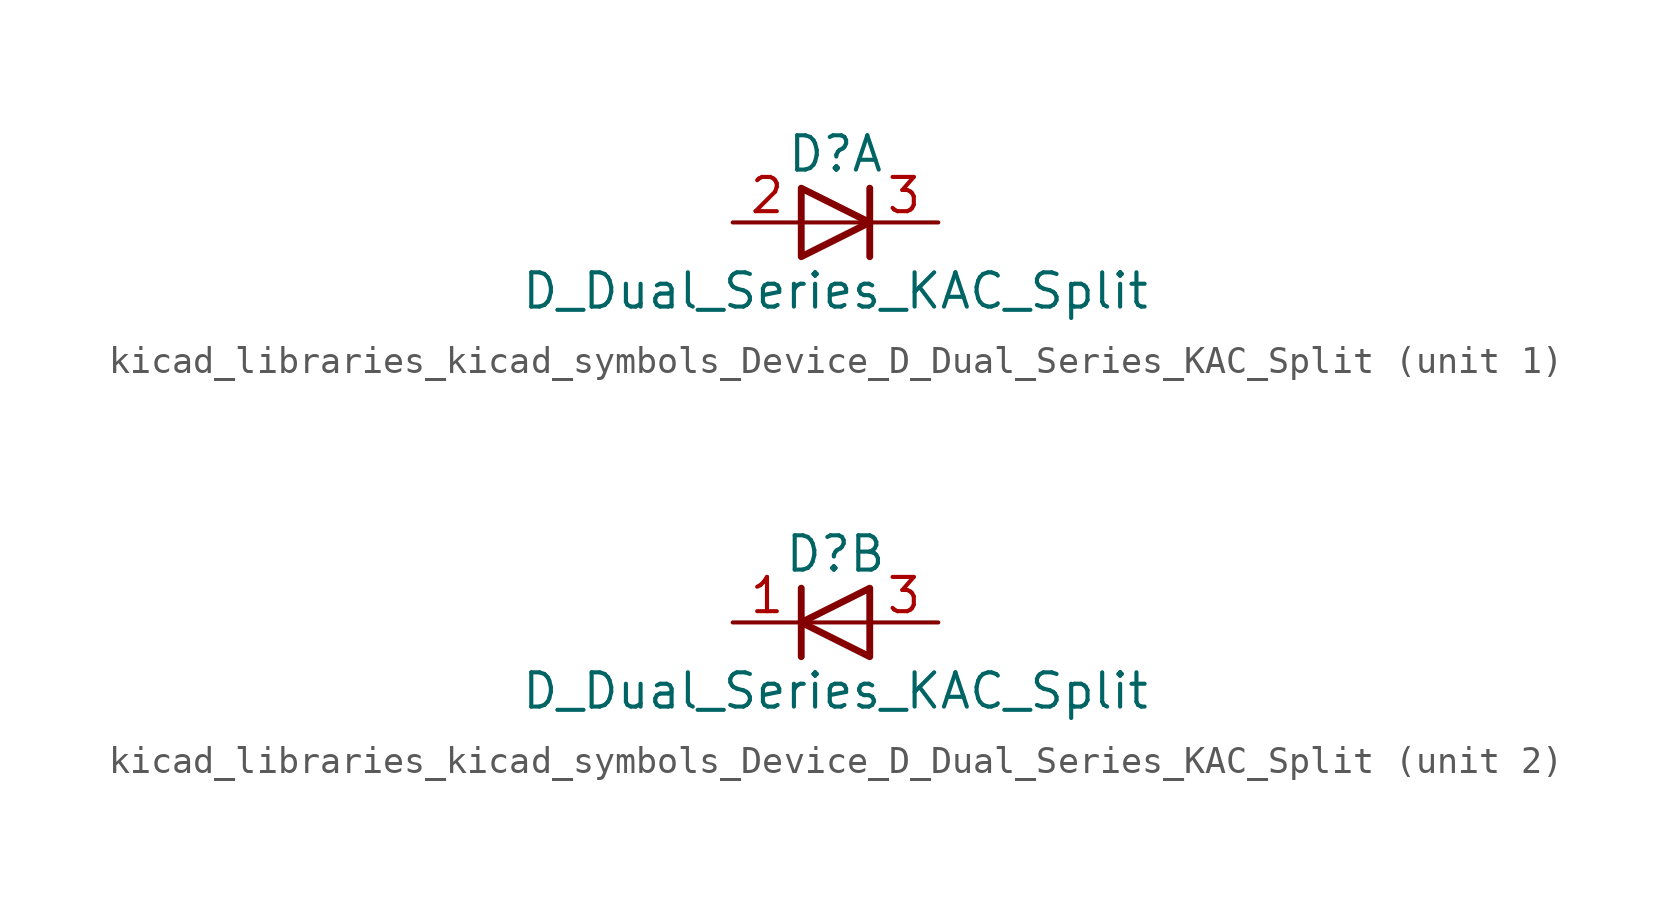
<source format=kicad_sym>
(kicad_symbol_lib
  (version 20220914)
  (generator kicad_symbol_editor)
  (symbol "kicad_libraries_kicad_symbols_Device_D_Dual_Series_KAC_Split"
    (pin_names
      (offset 0.762) hide)
    (property "Reference" "D"
      (at 0 2.54 0)
      (effects (font (size 1.27 1.27))))
    (property "Value" "D_Dual_Series_KAC_Split"
      (at 0 -2.54 0)
      (effects (font (size 1.27 1.27))))
    (property "ki_locked" ""
      (at 0 0 0)
      (effects (font (size 1.27 1.27))))
    (symbol "kicad_libraries_kicad_symbols_Device_D_Dual_Series_KAC_Split_0_1"
      (pin passive line (at 3.81 0 180) (length 2.54) (name "K" (effects (font (size 1.27 1.27)))) (number "3" (effects (font (size 1.27 1.27))))))
    (symbol "kicad_libraries_kicad_symbols_Device_D_Dual_Series_KAC_Split_1_0"
      (polyline (pts (xy 1.27 1.27) (xy 1.27 -1.27)) (stroke (width 0.254) (type default)) (fill (type none))))
    (symbol "kicad_libraries_kicad_symbols_Device_D_Dual_Series_KAC_Split_1_1"
      (polyline (pts (xy 1.27 0) (xy -1.27 0)) (stroke (width 0) (type default)) (fill (type none)))
      (polyline (pts (xy -1.27 1.27) (xy 1.27 0) (xy -1.27 -1.27) (xy -1.27 1.27) (xy -1.27 1.27) (xy -1.27 1.27)) (stroke (width 0.254) (type default)) (fill (type none)))
      (pin passive line (at -3.81 0 0) (length 2.54) (name "A" (effects (font (size 1.27 1.27)))) (number "2" (effects (font (size 1.27 1.27))))))
    (symbol "kicad_libraries_kicad_symbols_Device_D_Dual_Series_KAC_Split_2_0"
      (polyline (pts (xy -1.27 1.27) (xy -1.27 -1.27)) (stroke (width 0.254) (type default)) (fill (type none))))
    (symbol "kicad_libraries_kicad_symbols_Device_D_Dual_Series_KAC_Split_2_1"
      (polyline (pts (xy -1.27 0) (xy 1.27 0)) (stroke (width 0) (type default)) (fill (type none)))
      (polyline (pts (xy 1.27 1.27) (xy -1.27 0) (xy 1.27 -1.27) (xy 1.27 1.27) (xy 1.27 1.27) (xy 1.27 1.27)) (stroke (width 0.254) (type default)) (fill (type none)))
      (pin passive line (at -3.81 0 0) (length 2.54) (name "K" (effects (font (size 1.27 1.27)))) (number "1" (effects (font (size 1.27 1.27))))))))
</source>
